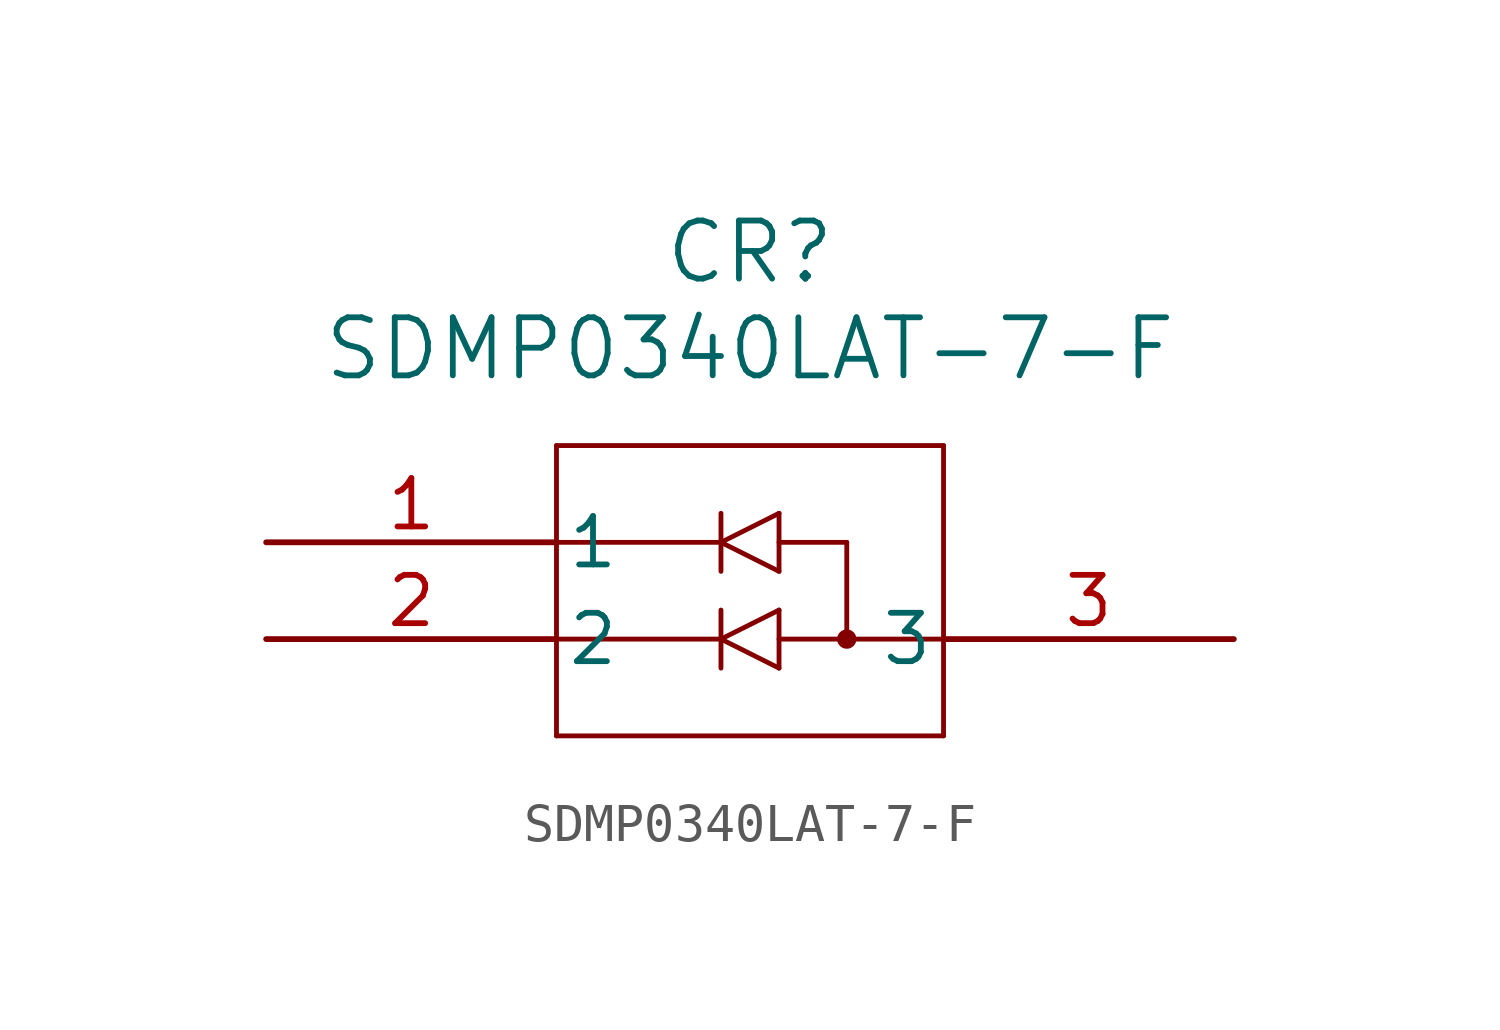
<source format=kicad_sym>
(kicad_symbol_lib
  (version 20211014)
  (generator kicad_symbol_editor)
  (symbol "SDMP0340LAT-7-F"
    (pin_names
      (offset 0.254))
    (property "Reference" "CR"
      (at 12.7 7.62 0)
      (effects (font (size 1.524 1.524))))
    (property "Value" "SDMP0340LAT-7-F"
      (at 12.7 5.08 0)
      (effects (font (size 1.524 1.524))))
    (symbol "SDMP0340LAT-7-F_0_1"
      (polyline (pts (xy 7.62 2.54) (xy 7.62 -5.08)) (stroke (width 0.127) (type default) (color 0 0 0 0)) (fill (type none)))
      (polyline (pts (xy 7.62 2.54) (xy 17.78 2.54)) (stroke (width 0.127) (type default) (color 0 0 0 0)) (fill (type none)))
      (polyline (pts (xy 17.78 2.54) (xy 17.78 -5.08)) (stroke (width 0.127) (type default) (color 0 0 0 0)) (fill (type none)))
      (polyline (pts (xy 17.78 -5.08) (xy 7.62 -5.08)) (stroke (width 0.127) (type default) (color 0 0 0 0)) (fill (type none)))
      (polyline (pts (xy 11.938 0.762) (xy 11.938 -0.762)) (stroke (width 0.127) (type default) (color 0 0 0 0)) (fill (type none)))
      (polyline (pts (xy 11.938 0) (xy 13.462 -0.762)) (stroke (width 0.127) (type default) (color 0 0 0 0)) (fill (type none)))
      (polyline (pts (xy 13.462 -0.762) (xy 13.462 0.762)) (stroke (width 0.127) (type default) (color 0 0 0 0)) (fill (type none)))
      (polyline (pts (xy 13.462 0.762) (xy 11.938 0)) (stroke (width 0.127) (type default) (color 0 0 0 0)) (fill (type none)))
      (polyline (pts (xy 11.938 0) (xy 7.62 0)) (stroke (width 0.127) (type default) (color 0 0 0 0)) (fill (type none)))
      (polyline (pts (xy 13.462 0) (xy 15.24 0)) (stroke (width 0.127) (type default) (color 0 0 0 0)) (fill (type none)))
      (polyline (pts (xy 15.24 0) (xy 15.24 -2.54)) (stroke (width 0.127) (type default) (color 0 0 0 0)) (fill (type none)))
      (polyline (pts (xy 11.938 -1.778) (xy 11.938 -3.302)) (stroke (width 0.127) (type default) (color 0 0 0 0)) (fill (type none)))
      (polyline (pts (xy 11.938 -2.54) (xy 13.462 -3.302)) (stroke (width 0.127) (type default) (color 0 0 0 0)) (fill (type none)))
      (polyline (pts (xy 13.462 -3.302) (xy 13.462 -1.778)) (stroke (width 0.127) (type default) (color 0 0 0 0)) (fill (type none)))
      (polyline (pts (xy 13.462 -1.778) (xy 11.938 -2.54)) (stroke (width 0.127) (type default) (color 0 0 0 0)) (fill (type none)))
      (polyline (pts (xy 7.62 -2.54) (xy 11.938 -2.54)) (stroke (width 0.127) (type default) (color 0 0 0 0)) (fill (type none)))
      (polyline (pts (xy 17.78 -2.54) (xy 13.462 -2.54)) (stroke (width 0.127) (type default) (color 0 0 0 0)) (fill (type none)))
      (circle (center 15.24 -2.54) (radius 0.127) (stroke (width 0.254) (type default) (color 0 0 0 0)) (fill (type none)))
      (pin unspecified line (at 0 0 0) (length 7.62) (name "1" (effects (font (size 1.27 1.27)))) (number "1" (effects (font (size 1.27 1.27)))))
      (pin unspecified line (at 0 -2.54 0) (length 7.62) (name "2" (effects (font (size 1.27 1.27)))) (number "2" (effects (font (size 1.27 1.27)))))
      (pin unspecified line (at 25.4 -2.54 180) (length 7.62) (name "3" (effects (font (size 1.27 1.27)))) (number "3" (effects (font (size 1.27 1.27))))))))
</source>
